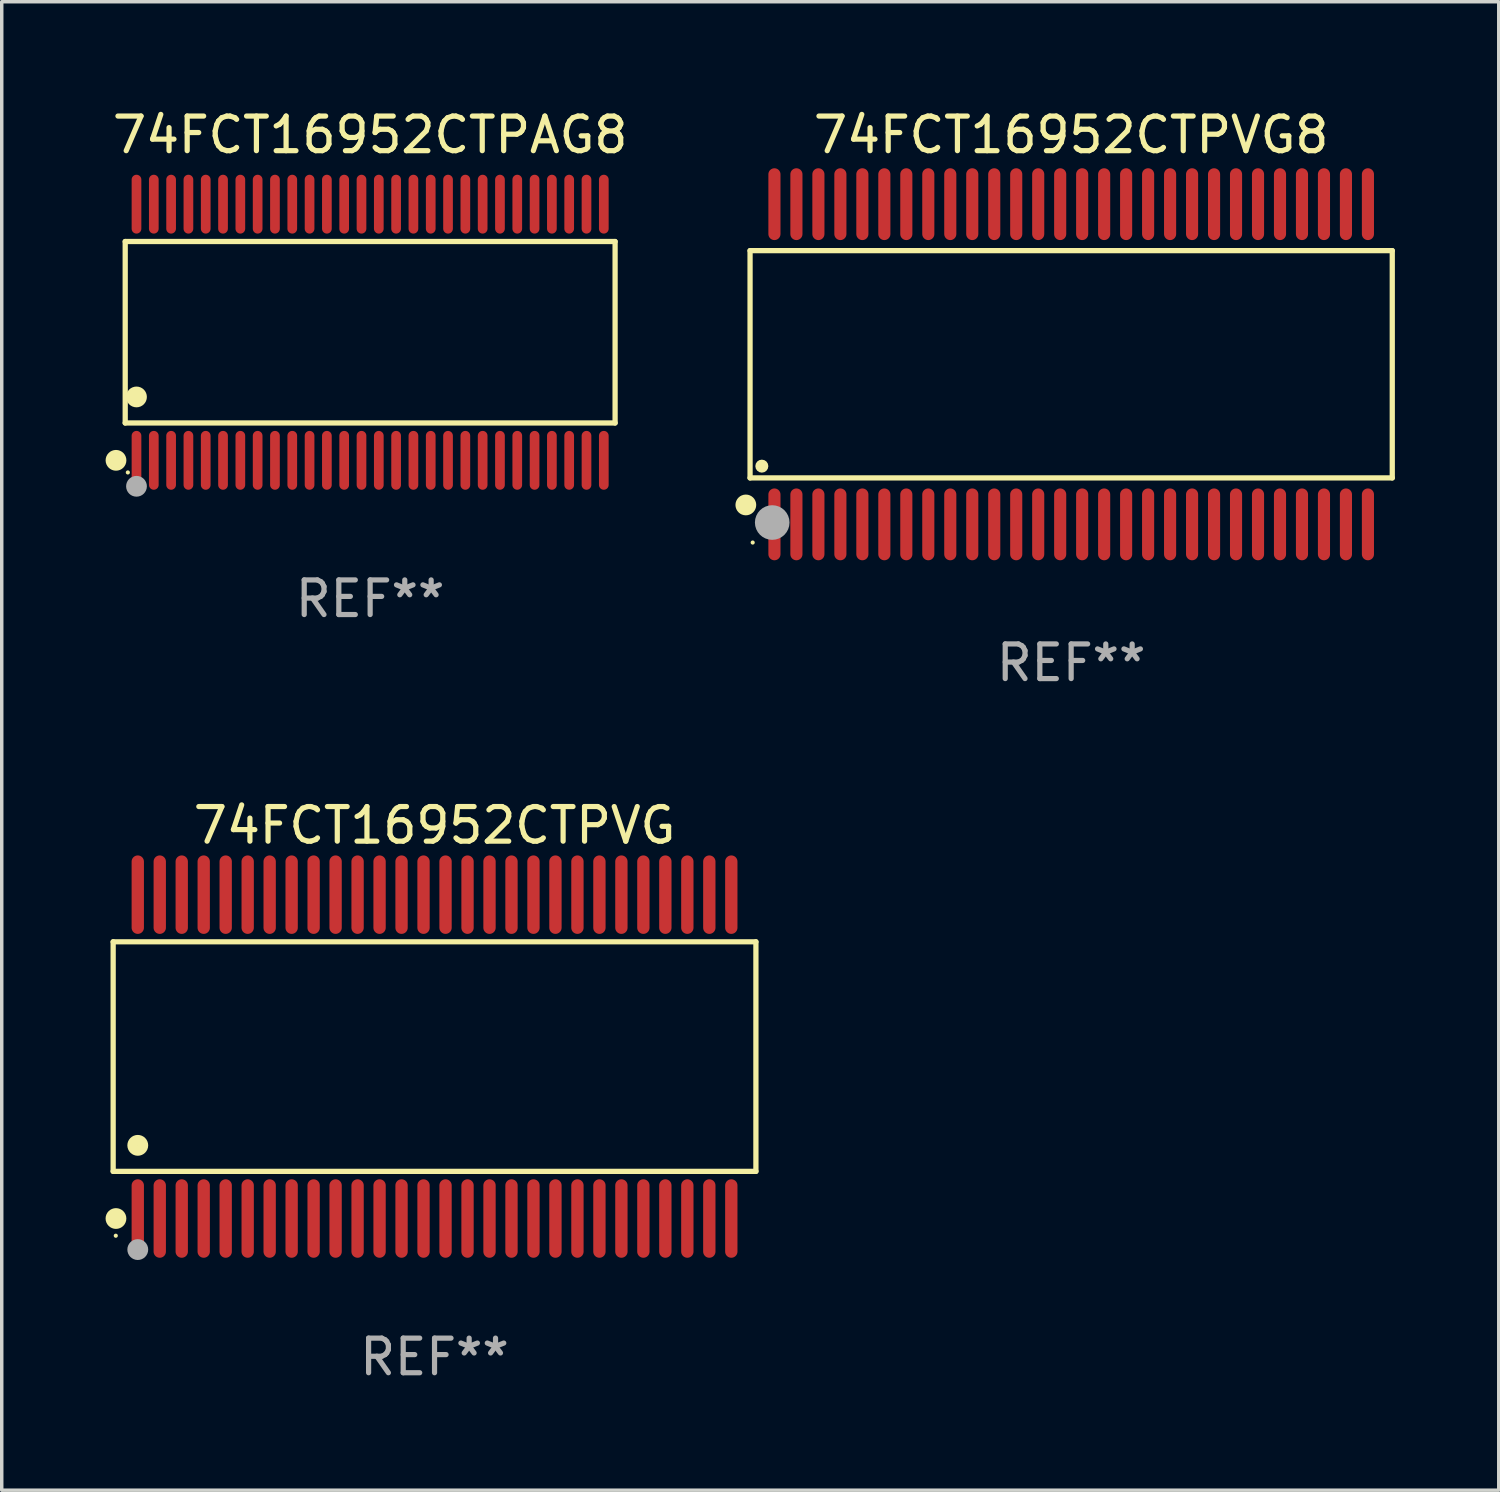
<source format=kicad_pcb>
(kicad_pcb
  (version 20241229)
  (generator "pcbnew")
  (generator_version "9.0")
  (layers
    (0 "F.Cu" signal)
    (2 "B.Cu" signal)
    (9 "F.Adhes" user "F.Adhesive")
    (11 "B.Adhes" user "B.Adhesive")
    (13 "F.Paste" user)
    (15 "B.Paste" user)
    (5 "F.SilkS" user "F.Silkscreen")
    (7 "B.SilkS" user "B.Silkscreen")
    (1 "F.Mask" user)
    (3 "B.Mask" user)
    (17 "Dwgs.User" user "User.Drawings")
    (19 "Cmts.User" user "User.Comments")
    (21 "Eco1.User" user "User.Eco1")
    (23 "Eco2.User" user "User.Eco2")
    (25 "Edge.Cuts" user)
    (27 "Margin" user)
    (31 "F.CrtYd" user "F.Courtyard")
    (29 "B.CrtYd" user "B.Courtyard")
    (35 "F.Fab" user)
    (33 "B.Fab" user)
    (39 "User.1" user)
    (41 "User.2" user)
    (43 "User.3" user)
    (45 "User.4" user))
  (footprint "74FCT16952CTPAG8"
    (layer "F.Cu")
    (at 7.643 6.548)
    (property "Reference" "74FCT16952CTPAG8" (at 0 -5.7 0) (layer "F.SilkS") (effects (font (size 1 1) (thickness 0.15))))
    (attr through_hole)
    (fp_line (start -7.076 -2.621) (end 7.076 -2.621) (stroke (width 0.152) (type solid)) (layer "F.SilkS"))
    (fp_line (start -7.076 2.621) (end -7.076 -2.621) (stroke (width 0.152) (type solid)) (layer "F.SilkS"))
    (fp_line (start 7.076 -2.621) (end 7.076 2.621) (stroke (width 0.152) (type solid)) (layer "F.SilkS"))
    (fp_line (start 7.076 2.621) (end -7.076 2.621) (stroke (width 0.152) (type solid)) (layer "F.SilkS"))
    (fp_circle (center -7.342 3.7) (end -7.192 3.7) (stroke (width 0.3) (type solid)) (fill no) (layer "F.SilkS"))
    (fp_circle (center -7 4.05) (end -6.97 4.05) (stroke (width 0.06) (type solid)) (fill no) (layer "F.SilkS"))
    (fp_circle (center -6.75 1.869) (end -6.6 1.869) (stroke (width 0.3) (type solid)) (fill no) (layer "F.SilkS"))
    (fp_circle (center -6.75 4.45) (end -6.6 4.45) (stroke (width 0.3) (type solid)) (fill no) (layer "F.Fab"))
    (fp_text user "REF**" (at 0 7.7 0) (layer "F.Fab") (effects (font (size 1 1) (thickness 0.15))))
    (pad "1" smd oval (at -6.75 3.7) (size 0.28 1.7) (layers "F.Cu" "F.Mask" "F.Paste"))
    (pad "2" smd oval (at -6.25 3.7) (size 0.28 1.7) (layers "F.Cu" "F.Mask" "F.Paste"))
    (pad "3" smd oval (at -5.75 3.7) (size 0.28 1.7) (layers "F.Cu" "F.Mask" "F.Paste"))
    (pad "4" smd oval (at -5.25 3.7) (size 0.28 1.7) (layers "F.Cu" "F.Mask" "F.Paste"))
    (pad "5" smd oval (at -4.75 3.7) (size 0.28 1.7) (layers "F.Cu" "F.Mask" "F.Paste"))
    (pad "6" smd oval (at -4.25 3.7) (size 0.28 1.7) (layers "F.Cu" "F.Mask" "F.Paste"))
    (pad "7" smd oval (at -3.75 3.7) (size 0.28 1.7) (layers "F.Cu" "F.Mask" "F.Paste"))
    (pad "8" smd oval (at -3.25 3.7) (size 0.28 1.7) (layers "F.Cu" "F.Mask" "F.Paste"))
    (pad "9" smd oval (at -2.75 3.7) (size 0.28 1.7) (layers "F.Cu" "F.Mask" "F.Paste"))
    (pad "10" smd oval (at -2.25 3.7) (size 0.28 1.7) (layers "F.Cu" "F.Mask" "F.Paste"))
    (pad "11" smd oval (at -1.75 3.7) (size 0.28 1.7) (layers "F.Cu" "F.Mask" "F.Paste"))
    (pad "12" smd oval (at -1.25 3.7) (size 0.28 1.7) (layers "F.Cu" "F.Mask" "F.Paste"))
    (pad "13" smd oval (at -0.75 3.7) (size 0.28 1.7) (layers "F.Cu" "F.Mask" "F.Paste"))
    (pad "14" smd oval (at -0.25 3.7) (size 0.28 1.7) (layers "F.Cu" "F.Mask" "F.Paste"))
    (pad "15" smd oval (at 0.25 3.7) (size 0.28 1.7) (layers "F.Cu" "F.Mask" "F.Paste"))
    (pad "16" smd oval (at 0.75 3.7) (size 0.28 1.7) (layers "F.Cu" "F.Mask" "F.Paste"))
    (pad "17" smd oval (at 1.25 3.7) (size 0.28 1.7) (layers "F.Cu" "F.Mask" "F.Paste"))
    (pad "18" smd oval (at 1.75 3.7) (size 0.28 1.7) (layers "F.Cu" "F.Mask" "F.Paste"))
    (pad "19" smd oval (at 2.25 3.7) (size 0.28 1.7) (layers "F.Cu" "F.Mask" "F.Paste"))
    (pad "20" smd oval (at 2.75 3.7) (size 0.28 1.7) (layers "F.Cu" "F.Mask" "F.Paste"))
    (pad "21" smd oval (at 3.25 3.7) (size 0.28 1.7) (layers "F.Cu" "F.Mask" "F.Paste"))
    (pad "22" smd oval (at 3.75 3.7) (size 0.28 1.7) (layers "F.Cu" "F.Mask" "F.Paste"))
    (pad "23" smd oval (at 4.25 3.7) (size 0.28 1.7) (layers "F.Cu" "F.Mask" "F.Paste"))
    (pad "24" smd oval (at 4.75 3.7) (size 0.28 1.7) (layers "F.Cu" "F.Mask" "F.Paste"))
    (pad "25" smd oval (at 5.25 3.7) (size 0.28 1.7) (layers "F.Cu" "F.Mask" "F.Paste"))
    (pad "26" smd oval (at 5.75 3.7) (size 0.28 1.7) (layers "F.Cu" "F.Mask" "F.Paste"))
    (pad "27" smd oval (at 6.25 3.7) (size 0.28 1.7) (layers "F.Cu" "F.Mask" "F.Paste"))
    (pad "28" smd oval (at 6.75 3.7) (size 0.28 1.7) (layers "F.Cu" "F.Mask" "F.Paste"))
    (pad "29" smd oval (at 6.75 -3.7) (size 0.28 1.7) (layers "F.Cu" "F.Mask" "F.Paste"))
    (pad "30" smd oval (at 6.25 -3.7) (size 0.28 1.7) (layers "F.Cu" "F.Mask" "F.Paste"))
    (pad "31" smd oval (at 5.75 -3.7) (size 0.28 1.7) (layers "F.Cu" "F.Mask" "F.Paste"))
    (pad "32" smd oval (at 5.25 -3.7) (size 0.28 1.7) (layers "F.Cu" "F.Mask" "F.Paste"))
    (pad "33" smd oval (at 4.75 -3.7) (size 0.28 1.7) (layers "F.Cu" "F.Mask" "F.Paste"))
    (pad "34" smd oval (at 4.25 -3.7) (size 0.28 1.7) (layers "F.Cu" "F.Mask" "F.Paste"))
    (pad "35" smd oval (at 3.75 -3.7) (size 0.28 1.7) (layers "F.Cu" "F.Mask" "F.Paste"))
    (pad "36" smd oval (at 3.25 -3.7) (size 0.28 1.7) (layers "F.Cu" "F.Mask" "F.Paste"))
    (pad "37" smd oval (at 2.75 -3.7) (size 0.28 1.7) (layers "F.Cu" "F.Mask" "F.Paste"))
    (pad "38" smd oval (at 2.25 -3.7) (size 0.28 1.7) (layers "F.Cu" "F.Mask" "F.Paste"))
    (pad "39" smd oval (at 1.75 -3.7) (size 0.28 1.7) (layers "F.Cu" "F.Mask" "F.Paste"))
    (pad "40" smd oval (at 1.25 -3.7) (size 0.28 1.7) (layers "F.Cu" "F.Mask" "F.Paste"))
    (pad "41" smd oval (at 0.75 -3.7) (size 0.28 1.7) (layers "F.Cu" "F.Mask" "F.Paste"))
    (pad "42" smd oval (at 0.25 -3.7) (size 0.28 1.7) (layers "F.Cu" "F.Mask" "F.Paste"))
    (pad "43" smd oval (at -0.25 -3.7) (size 0.28 1.7) (layers "F.Cu" "F.Mask" "F.Paste"))
    (pad "44" smd oval (at -0.75 -3.7) (size 0.28 1.7) (layers "F.Cu" "F.Mask" "F.Paste"))
    (pad "45" smd oval (at -1.25 -3.7) (size 0.28 1.7) (layers "F.Cu" "F.Mask" "F.Paste"))
    (pad "46" smd oval (at -1.75 -3.7) (size 0.28 1.7) (layers "F.Cu" "F.Mask" "F.Paste"))
    (pad "47" smd oval (at -2.25 -3.7) (size 0.28 1.7) (layers "F.Cu" "F.Mask" "F.Paste"))
    (pad "48" smd oval (at -2.75 -3.7) (size 0.28 1.7) (layers "F.Cu" "F.Mask" "F.Paste"))
    (pad "49" smd oval (at -3.25 -3.7) (size 0.28 1.7) (layers "F.Cu" "F.Mask" "F.Paste"))
    (pad "50" smd oval (at -3.75 -3.7) (size 0.28 1.7) (layers "F.Cu" "F.Mask" "F.Paste"))
    (pad "51" smd oval (at -4.25 -3.7) (size 0.28 1.7) (layers "F.Cu" "F.Mask" "F.Paste"))
    (pad "52" smd oval (at -4.75 -3.7) (size 0.28 1.7) (layers "F.Cu" "F.Mask" "F.Paste"))
    (pad "53" smd oval (at -5.25 -3.7) (size 0.28 1.7) (layers "F.Cu" "F.Mask" "F.Paste"))
    (pad "54" smd oval (at -5.75 -3.7) (size 0.28 1.7) (layers "F.Cu" "F.Mask" "F.Paste"))
    (pad "55" smd oval (at -6.25 -3.7) (size 0.28 1.7) (layers "F.Cu" "F.Mask" "F.Paste"))
    (pad "56" smd oval (at -6.75 -3.7) (size 0.28 1.7) (layers "F.Cu" "F.Mask" "F.Paste")))
  (footprint "74FCT16952CTPVG8"
    (layer "F.Cu")
    (at 27.894 7.473)
    (property "Reference" "74FCT16952CTPVG8" (at 0 -6.625 0) (layer "F.SilkS") (effects (font (size 1 1) (thickness 0.15))))
    (attr through_hole)
    (fp_line (start -9.276 -3.283) (end 9.276 -3.283) (stroke (width 0.152) (type solid)) (layer "F.SilkS"))
    (fp_line (start -9.276 3.283) (end -9.276 -3.283) (stroke (width 0.152) (type solid)) (layer "F.SilkS"))
    (fp_line (start 9.276 -3.283) (end 9.276 3.283) (stroke (width 0.152) (type solid)) (layer "F.SilkS"))
    (fp_line (start 9.276 3.283) (end -9.276 3.283) (stroke (width 0.152) (type solid)) (layer "F.SilkS"))
    (fp_circle (center -9.398 4.064) (end -9.248 4.064) (stroke (width 0.3) (type solid)) (fill no) (layer "F.SilkS"))
    (fp_circle (center -9.2 5.15) (end -9.17 5.15) (stroke (width 0.06) (type solid)) (fill no) (layer "F.SilkS"))
    (fp_circle (center -8.936 2.943) (end -8.842 2.943) (stroke (width 0.188) (type solid)) (fill no) (layer "F.SilkS"))
    (fp_circle (center -8.636 4.572) (end -8.386 4.572) (stroke (width 0.5) (type solid)) (fill no) (layer "F.Fab"))
    (fp_text user "REF**" (at 0 8.625 0) (layer "F.Fab") (effects (font (size 1 1) (thickness 0.15))))
    (pad "1" smd oval (at -8.572 4.625 90) (size 2.075 0.35) (layers "F.Cu" "F.Mask" "F.Paste"))
    (pad "2" smd oval (at -7.937 4.625 90) (size 2.075 0.35) (layers "F.Cu" "F.Mask" "F.Paste"))
    (pad "3" smd oval (at -7.302 4.625 90) (size 2.075 0.35) (layers "F.Cu" "F.Mask" "F.Paste"))
    (pad "4" smd oval (at -6.667 4.625 90) (size 2.075 0.35) (layers "F.Cu" "F.Mask" "F.Paste"))
    (pad "5" smd oval (at -6.032 4.625 90) (size 2.075 0.35) (layers "F.Cu" "F.Mask" "F.Paste"))
    (pad "6" smd oval (at -5.397 4.625 90) (size 2.075 0.35) (layers "F.Cu" "F.Mask" "F.Paste"))
    (pad "7" smd oval (at -4.762 4.625 90) (size 2.075 0.35) (layers "F.Cu" "F.Mask" "F.Paste"))
    (pad "8" smd oval (at -4.127 4.625 90) (size 2.075 0.35) (layers "F.Cu" "F.Mask" "F.Paste"))
    (pad "9" smd oval (at -3.492 4.625 90) (size 2.075 0.35) (layers "F.Cu" "F.Mask" "F.Paste"))
    (pad "10" smd oval (at -2.857 4.625 90) (size 2.075 0.35) (layers "F.Cu" "F.Mask" "F.Paste"))
    (pad "11" smd oval (at -2.222 4.625 90) (size 2.075 0.35) (layers "F.Cu" "F.Mask" "F.Paste"))
    (pad "12" smd oval (at -1.587 4.625 90) (size 2.075 0.35) (layers "F.Cu" "F.Mask" "F.Paste"))
    (pad "13" smd oval (at -0.952 4.625 90) (size 2.075 0.35) (layers "F.Cu" "F.Mask" "F.Paste"))
    (pad "14" smd oval (at -0.317 4.625 90) (size 2.075 0.35) (layers "F.Cu" "F.Mask" "F.Paste"))
    (pad "15" smd oval (at 0.318 4.625 90) (size 2.075 0.35) (layers "F.Cu" "F.Mask" "F.Paste"))
    (pad "16" smd oval (at 0.953 4.625 90) (size 2.075 0.35) (layers "F.Cu" "F.Mask" "F.Paste"))
    (pad "17" smd oval (at 1.588 4.625 90) (size 2.075 0.35) (layers "F.Cu" "F.Mask" "F.Paste"))
    (pad "18" smd oval (at 2.223 4.625 90) (size 2.075 0.35) (layers "F.Cu" "F.Mask" "F.Paste"))
    (pad "19" smd oval (at 2.858 4.625 90) (size 2.075 0.35) (layers "F.Cu" "F.Mask" "F.Paste"))
    (pad "20" smd oval (at 3.493 4.625 90) (size 2.075 0.35) (layers "F.Cu" "F.Mask" "F.Paste"))
    (pad "21" smd oval (at 4.128 4.625 90) (size 2.075 0.35) (layers "F.Cu" "F.Mask" "F.Paste"))
    (pad "22" smd oval (at 4.763 4.625 90) (size 2.075 0.35) (layers "F.Cu" "F.Mask" "F.Paste"))
    (pad "23" smd oval (at 5.398 4.625 90) (size 2.075 0.35) (layers "F.Cu" "F.Mask" "F.Paste"))
    (pad "24" smd oval (at 6.033 4.625 90) (size 2.075 0.35) (layers "F.Cu" "F.Mask" "F.Paste"))
    (pad "25" smd oval (at 6.668 4.625 90) (size 2.075 0.35) (layers "F.Cu" "F.Mask" "F.Paste"))
    (pad "26" smd oval (at 7.303 4.625 90) (size 2.075 0.35) (layers "F.Cu" "F.Mask" "F.Paste"))
    (pad "27" smd oval (at 7.938 4.625 90) (size 2.075 0.35) (layers "F.Cu" "F.Mask" "F.Paste"))
    (pad "28" smd oval (at 8.573 4.625 90) (size 2.075 0.35) (layers "F.Cu" "F.Mask" "F.Paste"))
    (pad "29" smd oval (at 8.573 -4.625 90) (size 2.075 0.35) (layers "F.Cu" "F.Mask" "F.Paste"))
    (pad "30" smd oval (at 7.938 -4.625 90) (size 2.075 0.35) (layers "F.Cu" "F.Mask" "F.Paste"))
    (pad "31" smd oval (at 7.303 -4.625 90) (size 2.075 0.35) (layers "F.Cu" "F.Mask" "F.Paste"))
    (pad "32" smd oval (at 6.668 -4.625 90) (size 2.075 0.35) (layers "F.Cu" "F.Mask" "F.Paste"))
    (pad "33" smd oval (at 6.033 -4.625 90) (size 2.075 0.35) (layers "F.Cu" "F.Mask" "F.Paste"))
    (pad "34" smd oval (at 5.398 -4.625 90) (size 2.075 0.35) (layers "F.Cu" "F.Mask" "F.Paste"))
    (pad "35" smd oval (at 4.763 -4.625 90) (size 2.075 0.35) (layers "F.Cu" "F.Mask" "F.Paste"))
    (pad "36" smd oval (at 4.128 -4.625 90) (size 2.075 0.35) (layers "F.Cu" "F.Mask" "F.Paste"))
    (pad "37" smd oval (at 3.493 -4.625 90) (size 2.075 0.35) (layers "F.Cu" "F.Mask" "F.Paste"))
    (pad "38" smd oval (at 2.858 -4.625 90) (size 2.075 0.35) (layers "F.Cu" "F.Mask" "F.Paste"))
    (pad "39" smd oval (at 2.223 -4.625 90) (size 2.075 0.35) (layers "F.Cu" "F.Mask" "F.Paste"))
    (pad "40" smd oval (at 1.588 -4.625 90) (size 2.075 0.35) (layers "F.Cu" "F.Mask" "F.Paste"))
    (pad "41" smd oval (at 0.953 -4.625 90) (size 2.075 0.35) (layers "F.Cu" "F.Mask" "F.Paste"))
    (pad "42" smd oval (at 0.318 -4.625 90) (size 2.075 0.35) (layers "F.Cu" "F.Mask" "F.Paste"))
    (pad "43" smd oval (at -0.317 -4.625 90) (size 2.075 0.35) (layers "F.Cu" "F.Mask" "F.Paste"))
    (pad "44" smd oval (at -0.952 -4.625 90) (size 2.075 0.35) (layers "F.Cu" "F.Mask" "F.Paste"))
    (pad "45" smd oval (at -1.587 -4.625 90) (size 2.075 0.35) (layers "F.Cu" "F.Mask" "F.Paste"))
    (pad "46" smd oval (at -2.222 -4.625 90) (size 2.075 0.35) (layers "F.Cu" "F.Mask" "F.Paste"))
    (pad "47" smd oval (at -2.857 -4.625 90) (size 2.075 0.35) (layers "F.Cu" "F.Mask" "F.Paste"))
    (pad "48" smd oval (at -3.492 -4.625 90) (size 2.075 0.35) (layers "F.Cu" "F.Mask" "F.Paste"))
    (pad "49" smd oval (at -4.127 -4.625 90) (size 2.075 0.35) (layers "F.Cu" "F.Mask" "F.Paste"))
    (pad "50" smd oval (at -4.762 -4.625 90) (size 2.075 0.35) (layers "F.Cu" "F.Mask" "F.Paste"))
    (pad "51" smd oval (at -5.397 -4.625 90) (size 2.075 0.35) (layers "F.Cu" "F.Mask" "F.Paste"))
    (pad "52" smd oval (at -6.032 -4.625 90) (size 2.075 0.35) (layers "F.Cu" "F.Mask" "F.Paste"))
    (pad "53" smd oval (at -6.667 -4.625 90) (size 2.075 0.35) (layers "F.Cu" "F.Mask" "F.Paste"))
    (pad "54" smd oval (at -7.302 -4.625 90) (size 2.075 0.35) (layers "F.Cu" "F.Mask" "F.Paste"))
    (pad "55" smd oval (at -7.937 -4.625 90) (size 2.075 0.35) (layers "F.Cu" "F.Mask" "F.Paste"))
    (pad "56" smd oval (at -8.572 -4.625 90) (size 2.075 0.35) (layers "F.Cu" "F.Mask" "F.Paste")))
  (footprint "74FCT16952CTPVG"
    (layer "F.Cu")
    (at 9.503 27.473)
    (property "Reference" "74FCT16952CTPVG" (at 0 -6.678 0) (layer "F.SilkS") (effects (font (size 1 1) (thickness 0.15))))
    (attr through_hole)
    (fp_line (start -9.284 -3.316) (end 9.284 -3.316) (stroke (width 0.152) (type solid)) (layer "F.SilkS"))
    (fp_line (start -9.284 3.316) (end -9.284 -3.316) (stroke (width 0.152) (type solid)) (layer "F.SilkS"))
    (fp_line (start 9.284 -3.316) (end 9.284 3.316) (stroke (width 0.152) (type solid)) (layer "F.SilkS"))
    (fp_line (start 9.284 3.316) (end -9.284 3.316) (stroke (width 0.152) (type solid)) (layer "F.SilkS"))
    (fp_circle (center -9.208 5.175) (end -9.178 5.175) (stroke (width 0.06) (type solid)) (fill no) (layer "F.SilkS"))
    (fp_circle (center -9.203 4.678) (end -9.053 4.678) (stroke (width 0.3) (type solid)) (fill no) (layer "F.SilkS"))
    (fp_circle (center -8.573 2.564) (end -8.422 2.564) (stroke (width 0.3) (type solid)) (fill no) (layer "F.SilkS"))
    (fp_circle (center -8.573 5.575) (end -8.422 5.575) (stroke (width 0.3) (type solid)) (fill no) (layer "F.Fab"))
    (fp_text user "REF**" (at 0 8.678 0) (layer "F.Fab") (effects (font (size 1 1) (thickness 0.15))))
    (pad "1" smd oval (at -8.573 4.678) (size 0.356 2.267) (layers "F.Cu" "F.Mask" "F.Paste"))
    (pad "2" smd oval (at -7.938 4.678) (size 0.356 2.267) (layers "F.Cu" "F.Mask" "F.Paste"))
    (pad "3" smd oval (at -7.303 4.678) (size 0.356 2.267) (layers "F.Cu" "F.Mask" "F.Paste"))
    (pad "4" smd oval (at -6.668 4.678) (size 0.356 2.267) (layers "F.Cu" "F.Mask" "F.Paste"))
    (pad "5" smd oval (at -6.033 4.678) (size 0.356 2.267) (layers "F.Cu" "F.Mask" "F.Paste"))
    (pad "6" smd oval (at -5.398 4.678) (size 0.356 2.267) (layers "F.Cu" "F.Mask" "F.Paste"))
    (pad "7" smd oval (at -4.763 4.678) (size 0.356 2.267) (layers "F.Cu" "F.Mask" "F.Paste"))
    (pad "8" smd oval (at -4.128 4.678) (size 0.356 2.267) (layers "F.Cu" "F.Mask" "F.Paste"))
    (pad "9" smd oval (at -3.493 4.678) (size 0.356 2.267) (layers "F.Cu" "F.Mask" "F.Paste"))
    (pad "10" smd oval (at -2.858 4.678) (size 0.356 2.267) (layers "F.Cu" "F.Mask" "F.Paste"))
    (pad "11" smd oval (at -2.223 4.678) (size 0.356 2.267) (layers "F.Cu" "F.Mask" "F.Paste"))
    (pad "12" smd oval (at -1.588 4.678) (size 0.356 2.267) (layers "F.Cu" "F.Mask" "F.Paste"))
    (pad "13" smd oval (at -0.953 4.678) (size 0.356 2.267) (layers "F.Cu" "F.Mask" "F.Paste"))
    (pad "14" smd oval (at -0.318 4.678) (size 0.356 2.267) (layers "F.Cu" "F.Mask" "F.Paste"))
    (pad "15" smd oval (at 0.318 4.678) (size 0.356 2.267) (layers "F.Cu" "F.Mask" "F.Paste"))
    (pad "16" smd oval (at 0.953 4.678) (size 0.356 2.267) (layers "F.Cu" "F.Mask" "F.Paste"))
    (pad "17" smd oval (at 1.588 4.678) (size 0.356 2.267) (layers "F.Cu" "F.Mask" "F.Paste"))
    (pad "18" smd oval (at 2.223 4.678) (size 0.356 2.267) (layers "F.Cu" "F.Mask" "F.Paste"))
    (pad "19" smd oval (at 2.858 4.678) (size 0.356 2.267) (layers "F.Cu" "F.Mask" "F.Paste"))
    (pad "20" smd oval (at 3.493 4.678) (size 0.356 2.267) (layers "F.Cu" "F.Mask" "F.Paste"))
    (pad "21" smd oval (at 4.128 4.678) (size 0.356 2.267) (layers "F.Cu" "F.Mask" "F.Paste"))
    (pad "22" smd oval (at 4.763 4.678) (size 0.356 2.267) (layers "F.Cu" "F.Mask" "F.Paste"))
    (pad "23" smd oval (at 5.398 4.678) (size 0.356 2.267) (layers "F.Cu" "F.Mask" "F.Paste"))
    (pad "24" smd oval (at 6.033 4.678) (size 0.356 2.267) (layers "F.Cu" "F.Mask" "F.Paste"))
    (pad "25" smd oval (at 6.668 4.678) (size 0.356 2.267) (layers "F.Cu" "F.Mask" "F.Paste"))
    (pad "26" smd oval (at 7.303 4.678) (size 0.356 2.267) (layers "F.Cu" "F.Mask" "F.Paste"))
    (pad "27" smd oval (at 7.938 4.678) (size 0.356 2.267) (layers "F.Cu" "F.Mask" "F.Paste"))
    (pad "28" smd oval (at 8.573 4.678) (size 0.356 2.267) (layers "F.Cu" "F.Mask" "F.Paste"))
    (pad "29" smd oval (at 8.573 -4.678) (size 0.356 2.267) (layers "F.Cu" "F.Mask" "F.Paste"))
    (pad "30" smd oval (at 7.938 -4.678) (size 0.356 2.267) (layers "F.Cu" "F.Mask" "F.Paste"))
    (pad "31" smd oval (at 7.303 -4.678) (size 0.356 2.267) (layers "F.Cu" "F.Mask" "F.Paste"))
    (pad "32" smd oval (at 6.668 -4.678) (size 0.356 2.267) (layers "F.Cu" "F.Mask" "F.Paste"))
    (pad "33" smd oval (at 6.033 -4.678) (size 0.356 2.267) (layers "F.Cu" "F.Mask" "F.Paste"))
    (pad "34" smd oval (at 5.398 -4.678) (size 0.356 2.267) (layers "F.Cu" "F.Mask" "F.Paste"))
    (pad "35" smd oval (at 4.763 -4.678) (size 0.356 2.267) (layers "F.Cu" "F.Mask" "F.Paste"))
    (pad "36" smd oval (at 4.128 -4.678) (size 0.356 2.267) (layers "F.Cu" "F.Mask" "F.Paste"))
    (pad "37" smd oval (at 3.493 -4.678) (size 0.356 2.267) (layers "F.Cu" "F.Mask" "F.Paste"))
    (pad "38" smd oval (at 2.858 -4.678) (size 0.356 2.267) (layers "F.Cu" "F.Mask" "F.Paste"))
    (pad "39" smd oval (at 2.223 -4.678) (size 0.356 2.267) (layers "F.Cu" "F.Mask" "F.Paste"))
    (pad "40" smd oval (at 1.588 -4.678) (size 0.356 2.267) (layers "F.Cu" "F.Mask" "F.Paste"))
    (pad "41" smd oval (at 0.953 -4.678) (size 0.356 2.267) (layers "F.Cu" "F.Mask" "F.Paste"))
    (pad "42" smd oval (at 0.318 -4.678) (size 0.356 2.267) (layers "F.Cu" "F.Mask" "F.Paste"))
    (pad "43" smd oval (at -0.318 -4.678) (size 0.356 2.267) (layers "F.Cu" "F.Mask" "F.Paste"))
    (pad "44" smd oval (at -0.953 -4.678) (size 0.356 2.267) (layers "F.Cu" "F.Mask" "F.Paste"))
    (pad "45" smd oval (at -1.588 -4.678) (size 0.356 2.267) (layers "F.Cu" "F.Mask" "F.Paste"))
    (pad "46" smd oval (at -2.223 -4.678) (size 0.356 2.267) (layers "F.Cu" "F.Mask" "F.Paste"))
    (pad "47" smd oval (at -2.858 -4.678) (size 0.356 2.267) (layers "F.Cu" "F.Mask" "F.Paste"))
    (pad "48" smd oval (at -3.493 -4.678) (size 0.356 2.267) (layers "F.Cu" "F.Mask" "F.Paste"))
    (pad "49" smd oval (at -4.128 -4.678) (size 0.356 2.267) (layers "F.Cu" "F.Mask" "F.Paste"))
    (pad "50" smd oval (at -4.763 -4.678) (size 0.356 2.267) (layers "F.Cu" "F.Mask" "F.Paste"))
    (pad "51" smd oval (at -5.398 -4.678) (size 0.356 2.267) (layers "F.Cu" "F.Mask" "F.Paste"))
    (pad "52" smd oval (at -6.033 -4.678) (size 0.356 2.267) (layers "F.Cu" "F.Mask" "F.Paste"))
    (pad "53" smd oval (at -6.668 -4.678) (size 0.356 2.267) (layers "F.Cu" "F.Mask" "F.Paste"))
    (pad "54" smd oval (at -7.303 -4.678) (size 0.356 2.267) (layers "F.Cu" "F.Mask" "F.Paste"))
    (pad "55" smd oval (at -7.938 -4.678) (size 0.356 2.267) (layers "F.Cu" "F.Mask" "F.Paste"))
    (pad "56" smd oval (at -8.573 -4.678) (size 0.356 2.267) (layers "F.Cu" "F.Mask" "F.Paste")))
  (gr_rect
    (start -3 -3)
    (end 40.246 40)
    (stroke (width 0.1) (type default))
    (fill no)
    (layer "Edge.Cuts")))
</source>
